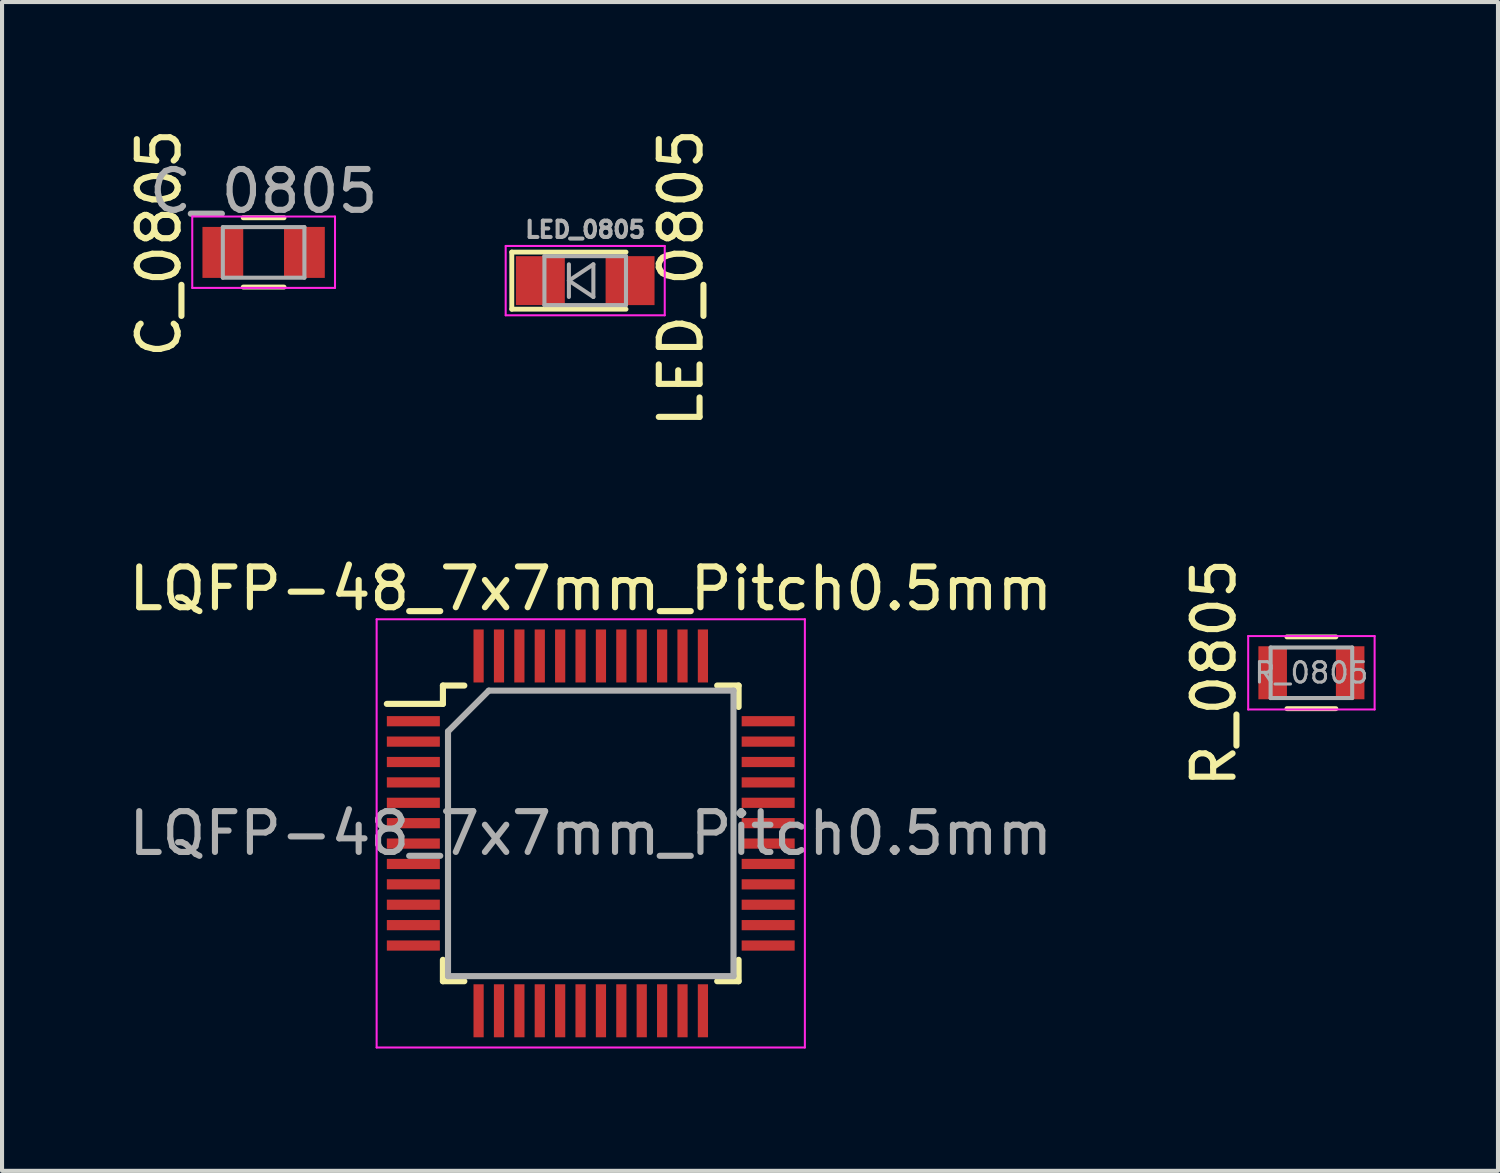
<source format=kicad_pcb>
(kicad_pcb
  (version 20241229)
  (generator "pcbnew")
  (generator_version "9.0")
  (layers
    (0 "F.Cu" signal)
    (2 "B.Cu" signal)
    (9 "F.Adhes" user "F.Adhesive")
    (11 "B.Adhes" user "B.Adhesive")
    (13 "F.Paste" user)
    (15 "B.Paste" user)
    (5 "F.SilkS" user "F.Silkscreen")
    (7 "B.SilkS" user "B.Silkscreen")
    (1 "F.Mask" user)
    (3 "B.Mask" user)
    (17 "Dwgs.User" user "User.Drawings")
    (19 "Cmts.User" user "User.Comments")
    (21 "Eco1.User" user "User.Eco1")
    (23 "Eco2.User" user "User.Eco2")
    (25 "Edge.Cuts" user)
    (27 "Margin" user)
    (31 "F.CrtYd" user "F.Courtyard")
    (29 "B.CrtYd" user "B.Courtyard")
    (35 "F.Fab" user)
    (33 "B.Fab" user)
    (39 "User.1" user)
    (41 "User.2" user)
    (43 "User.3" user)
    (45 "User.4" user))
  (footprint "R_0805"
    (layer "F.Cu")
    (at 29.105 13.446)
    (property "Reference" "R_0805" (at -2.388 0 270) (layer "F.SilkS") (effects (font (size 1 1) (thickness 0.15))))
    (attr smd)
    (fp_line (start -0.6 -0.88) (end 0.6 -0.88) (stroke (width 0.12) (type solid)) (layer "F.SilkS"))
    (fp_line (start 0.6 0.88) (end -0.6 0.88) (stroke (width 0.12) (type solid)) (layer "F.SilkS"))
    (fp_line (start -1.55 -0.9) (end -1.55 0.9) (stroke (width 0.05) (type solid)) (layer "F.CrtYd"))
    (fp_line (start -1.55 -0.9) (end 1.55 -0.9) (stroke (width 0.05) (type solid)) (layer "F.CrtYd"))
    (fp_line (start 1.55 0.9) (end -1.55 0.9) (stroke (width 0.05) (type solid)) (layer "F.CrtYd"))
    (fp_line (start 1.55 0.9) (end 1.55 -0.9) (stroke (width 0.05) (type solid)) (layer "F.CrtYd"))
    (fp_line (start -1 -0.62) (end 1 -0.62) (stroke (width 0.1) (type solid)) (layer "F.Fab"))
    (fp_line (start -1 0.62) (end -1 -0.62) (stroke (width 0.1) (type solid)) (layer "F.Fab"))
    (fp_line (start 1 -0.62) (end 1 0.62) (stroke (width 0.1) (type solid)) (layer "F.Fab"))
    (fp_line (start 1 0.62) (end -1 0.62) (stroke (width 0.1) (type solid)) (layer "F.Fab"))
    (fp_text user "${REFERENCE}" (at 0 0 180) (layer "F.Fab") (effects (font (size 0.5 0.5) (thickness 0.075))))
    (pad "1" smd rect (at -0.95 0) (size 0.7 1.3) (layers "F.Cu" "F.Mask" "F.Paste"))
    (pad "2" smd rect (at 0.95 0) (size 0.7 1.3) (layers "F.Cu" "F.Mask" "F.Paste")))
  (footprint "C_0805"
    (layer "F.Cu")
    (at 3.414 3.139)
    (property "Reference" "C_0805" (at -2.565 -0.229 270) (layer "F.SilkS") (effects (font (size 1 1) (thickness 0.15))))
    (attr smd)
    (fp_line (start -0.5 0.85) (end 0.5 0.85) (stroke (width 0.12) (type solid)) (layer "F.SilkS"))
    (fp_line (start 0.5 -0.85) (end -0.5 -0.85) (stroke (width 0.12) (type solid)) (layer "F.SilkS"))
    (fp_line (start -1.75 -0.88) (end -1.75 0.87) (stroke (width 0.05) (type solid)) (layer "F.CrtYd"))
    (fp_line (start -1.75 -0.88) (end 1.75 -0.88) (stroke (width 0.05) (type solid)) (layer "F.CrtYd"))
    (fp_line (start 1.75 0.87) (end -1.75 0.87) (stroke (width 0.05) (type solid)) (layer "F.CrtYd"))
    (fp_line (start 1.75 0.87) (end 1.75 -0.88) (stroke (width 0.05) (type solid)) (layer "F.CrtYd"))
    (fp_line (start -1 -0.62) (end 1 -0.62) (stroke (width 0.1) (type solid)) (layer "F.Fab"))
    (fp_line (start -1 0.62) (end -1 -0.62) (stroke (width 0.1) (type solid)) (layer "F.Fab"))
    (fp_line (start 1 -0.62) (end 1 0.62) (stroke (width 0.1) (type solid)) (layer "F.Fab"))
    (fp_line (start 1 0.62) (end -1 0.62) (stroke (width 0.1) (type solid)) (layer "F.Fab"))
    (fp_text user "${REFERENCE}" (at 0 -1.5 0) (layer "F.Fab") (effects (font (size 1 1) (thickness 0.15))))
    (pad "1" smd rect (at -1 0) (size 1 1.25) (layers "F.Cu" "F.Mask" "F.Paste"))
    (pad "2" smd rect (at 1 0) (size 1 1.25) (layers "F.Cu" "F.Mask" "F.Paste")))
  (footprint "LQFP-48_7x7mm_Pitch0.5mm"
    (layer "F.Cu")
    (at 11.435 17.384)
    (property "Reference" "LQFP-48_7x7mm_Pitch0.5mm" (at 0 -6 0) (layer "F.SilkS") (effects (font (size 1 1) (thickness 0.15))))
    (attr smd)
    (fp_line (start -3.625 -3.625) (end -3.625 -3.175) (stroke (width 0.15) (type solid)) (layer "F.SilkS"))
    (fp_line (start -3.625 -3.625) (end -3.1 -3.625) (stroke (width 0.15) (type solid)) (layer "F.SilkS"))
    (fp_line (start -3.625 -3.175) (end -5 -3.175) (stroke (width 0.15) (type solid)) (layer "F.SilkS"))
    (fp_line (start -3.625 3.625) (end -3.625 3.1) (stroke (width 0.15) (type solid)) (layer "F.SilkS"))
    (fp_line (start -3.625 3.625) (end -3.1 3.625) (stroke (width 0.15) (type solid)) (layer "F.SilkS"))
    (fp_line (start 3.625 -3.625) (end 3.1 -3.625) (stroke (width 0.15) (type solid)) (layer "F.SilkS"))
    (fp_line (start 3.625 -3.625) (end 3.625 -3.1) (stroke (width 0.15) (type solid)) (layer "F.SilkS"))
    (fp_line (start 3.625 3.625) (end 3.1 3.625) (stroke (width 0.15) (type solid)) (layer "F.SilkS"))
    (fp_line (start 3.625 3.625) (end 3.625 3.1) (stroke (width 0.15) (type solid)) (layer "F.SilkS"))
    (fp_line (start -5.25 -5.25) (end -5.25 5.25) (stroke (width 0.05) (type solid)) (layer "F.CrtYd"))
    (fp_line (start -5.25 -5.25) (end 5.25 -5.25) (stroke (width 0.05) (type solid)) (layer "F.CrtYd"))
    (fp_line (start -5.25 5.25) (end 5.25 5.25) (stroke (width 0.05) (type solid)) (layer "F.CrtYd"))
    (fp_line (start 5.25 -5.25) (end 5.25 5.25) (stroke (width 0.05) (type solid)) (layer "F.CrtYd"))
    (fp_line (start -3.5 -2.5) (end -2.5 -3.5) (stroke (width 0.15) (type solid)) (layer "F.Fab"))
    (fp_line (start -3.5 3.5) (end -3.5 -2.5) (stroke (width 0.15) (type solid)) (layer "F.Fab"))
    (fp_line (start -2.5 -3.5) (end 3.5 -3.5) (stroke (width 0.15) (type solid)) (layer "F.Fab"))
    (fp_line (start 3.5 -3.5) (end 3.5 3.5) (stroke (width 0.15) (type solid)) (layer "F.Fab"))
    (fp_line (start 3.5 3.5) (end -3.5 3.5) (stroke (width 0.15) (type solid)) (layer "F.Fab"))
    (fp_text user "${REFERENCE}" (at 0 0 0) (layer "F.Fab") (effects (font (size 1 1) (thickness 0.15))))
    (pad "1" smd rect (at -4.35 -2.75) (size 1.3 0.25) (layers "F.Cu" "F.Mask" "F.Paste"))
    (pad "2" smd rect (at -4.35 -2.25) (size 1.3 0.25) (layers "F.Cu" "F.Mask" "F.Paste"))
    (pad "3" smd rect (at -4.35 -1.75) (size 1.3 0.25) (layers "F.Cu" "F.Mask" "F.Paste"))
    (pad "4" smd rect (at -4.35 -1.25) (size 1.3 0.25) (layers "F.Cu" "F.Mask" "F.Paste"))
    (pad "5" smd rect (at -4.35 -0.75) (size 1.3 0.25) (layers "F.Cu" "F.Mask" "F.Paste"))
    (pad "6" smd rect (at -4.35 -0.25) (size 1.3 0.25) (layers "F.Cu" "F.Mask" "F.Paste"))
    (pad "7" smd rect (at -4.35 0.25) (size 1.3 0.25) (layers "F.Cu" "F.Mask" "F.Paste"))
    (pad "8" smd rect (at -4.35 0.75) (size 1.3 0.25) (layers "F.Cu" "F.Mask" "F.Paste"))
    (pad "9" smd rect (at -4.35 1.25) (size 1.3 0.25) (layers "F.Cu" "F.Mask" "F.Paste"))
    (pad "10" smd rect (at -4.35 1.75) (size 1.3 0.25) (layers "F.Cu" "F.Mask" "F.Paste"))
    (pad "11" smd rect (at -4.35 2.25) (size 1.3 0.25) (layers "F.Cu" "F.Mask" "F.Paste"))
    (pad "12" smd rect (at -4.35 2.75) (size 1.3 0.25) (layers "F.Cu" "F.Mask" "F.Paste"))
    (pad "13" smd rect (at -2.75 4.35 90) (size 1.3 0.25) (layers "F.Cu" "F.Mask" "F.Paste"))
    (pad "14" smd rect (at -2.25 4.35 90) (size 1.3 0.25) (layers "F.Cu" "F.Mask" "F.Paste"))
    (pad "15" smd rect (at -1.75 4.35 90) (size 1.3 0.25) (layers "F.Cu" "F.Mask" "F.Paste"))
    (pad "16" smd rect (at -1.25 4.35 90) (size 1.3 0.25) (layers "F.Cu" "F.Mask" "F.Paste"))
    (pad "17" smd rect (at -0.75 4.35 90) (size 1.3 0.25) (layers "F.Cu" "F.Mask" "F.Paste"))
    (pad "18" smd rect (at -0.25 4.35 90) (size 1.3 0.25) (layers "F.Cu" "F.Mask" "F.Paste"))
    (pad "19" smd rect (at 0.25 4.35 90) (size 1.3 0.25) (layers "F.Cu" "F.Mask" "F.Paste"))
    (pad "20" smd rect (at 0.75 4.35 90) (size 1.3 0.25) (layers "F.Cu" "F.Mask" "F.Paste"))
    (pad "21" smd rect (at 1.25 4.35 90) (size 1.3 0.25) (layers "F.Cu" "F.Mask" "F.Paste"))
    (pad "22" smd rect (at 1.75 4.35 90) (size 1.3 0.25) (layers "F.Cu" "F.Mask" "F.Paste"))
    (pad "23" smd rect (at 2.25 4.35 90) (size 1.3 0.25) (layers "F.Cu" "F.Mask" "F.Paste"))
    (pad "24" smd rect (at 2.75 4.35 90) (size 1.3 0.25) (layers "F.Cu" "F.Mask" "F.Paste"))
    (pad "25" smd rect (at 4.35 2.75) (size 1.3 0.25) (layers "F.Cu" "F.Mask" "F.Paste"))
    (pad "26" smd rect (at 4.35 2.25) (size 1.3 0.25) (layers "F.Cu" "F.Mask" "F.Paste"))
    (pad "27" smd rect (at 4.35 1.75) (size 1.3 0.25) (layers "F.Cu" "F.Mask" "F.Paste"))
    (pad "28" smd rect (at 4.35 1.25) (size 1.3 0.25) (layers "F.Cu" "F.Mask" "F.Paste"))
    (pad "29" smd rect (at 4.35 0.75) (size 1.3 0.25) (layers "F.Cu" "F.Mask" "F.Paste"))
    (pad "30" smd rect (at 4.35 0.25) (size 1.3 0.25) (layers "F.Cu" "F.Mask" "F.Paste"))
    (pad "31" smd rect (at 4.35 -0.25) (size 1.3 0.25) (layers "F.Cu" "F.Mask" "F.Paste"))
    (pad "32" smd rect (at 4.35 -0.75) (size 1.3 0.25) (layers "F.Cu" "F.Mask" "F.Paste"))
    (pad "33" smd rect (at 4.35 -1.25) (size 1.3 0.25) (layers "F.Cu" "F.Mask" "F.Paste"))
    (pad "34" smd rect (at 4.35 -1.75) (size 1.3 0.25) (layers "F.Cu" "F.Mask" "F.Paste"))
    (pad "35" smd rect (at 4.35 -2.25) (size 1.3 0.25) (layers "F.Cu" "F.Mask" "F.Paste"))
    (pad "36" smd rect (at 4.35 -2.75) (size 1.3 0.25) (layers "F.Cu" "F.Mask" "F.Paste"))
    (pad "37" smd rect (at 2.75 -4.35 90) (size 1.3 0.25) (layers "F.Cu" "F.Mask" "F.Paste"))
    (pad "38" smd rect (at 2.25 -4.35 90) (size 1.3 0.25) (layers "F.Cu" "F.Mask" "F.Paste"))
    (pad "39" smd rect (at 1.75 -4.35 90) (size 1.3 0.25) (layers "F.Cu" "F.Mask" "F.Paste"))
    (pad "40" smd rect (at 1.25 -4.35 90) (size 1.3 0.25) (layers "F.Cu" "F.Mask" "F.Paste"))
    (pad "41" smd rect (at 0.75 -4.35 90) (size 1.3 0.25) (layers "F.Cu" "F.Mask" "F.Paste"))
    (pad "42" smd rect (at 0.25 -4.35 90) (size 1.3 0.25) (layers "F.Cu" "F.Mask" "F.Paste"))
    (pad "43" smd rect (at -0.25 -4.35 90) (size 1.3 0.25) (layers "F.Cu" "F.Mask" "F.Paste"))
    (pad "44" smd rect (at -0.75 -4.35 90) (size 1.3 0.25) (layers "F.Cu" "F.Mask" "F.Paste"))
    (pad "45" smd rect (at -1.25 -4.35 90) (size 1.3 0.25) (layers "F.Cu" "F.Mask" "F.Paste"))
    (pad "46" smd rect (at -1.75 -4.35 90) (size 1.3 0.25) (layers "F.Cu" "F.Mask" "F.Paste"))
    (pad "47" smd rect (at -2.25 -4.35 90) (size 1.3 0.25) (layers "F.Cu" "F.Mask" "F.Paste"))
    (pad "48" smd rect (at -2.75 -4.35 90) (size 1.3 0.25) (layers "F.Cu" "F.Mask" "F.Paste")))
  (footprint "LED_0805"
    (layer "F.Cu")
    (at 11.299 3.831)
    (property "Reference" "LED_0805" (at 2.349 -0.064 90) (layer "F.SilkS") (effects (font (size 1 1) (thickness 0.15))))
    (attr smd)
    (fp_line (start -1.8 -0.7) (end -1.8 0.7) (stroke (width 0.12) (type solid)) (layer "F.SilkS"))
    (fp_line (start -1.8 -0.7) (end 1 -0.7) (stroke (width 0.12) (type solid)) (layer "F.SilkS"))
    (fp_line (start -1.8 0.7) (end 1 0.7) (stroke (width 0.12) (type solid)) (layer "F.SilkS"))
    (fp_line (start -1.95 -0.85) (end 1.95 -0.85) (stroke (width 0.05) (type solid)) (layer "F.CrtYd"))
    (fp_line (start -1.95 0.85) (end -1.95 -0.85) (stroke (width 0.05) (type solid)) (layer "F.CrtYd"))
    (fp_line (start 1.95 -0.85) (end 1.95 0.85) (stroke (width 0.05) (type solid)) (layer "F.CrtYd"))
    (fp_line (start 1.95 0.85) (end -1.95 0.85) (stroke (width 0.05) (type solid)) (layer "F.CrtYd"))
    (fp_line (start -1 -0.6) (end 1 -0.6) (stroke (width 0.1) (type solid)) (layer "F.Fab"))
    (fp_line (start -1 0.6) (end -1 -0.6) (stroke (width 0.1) (type solid)) (layer "F.Fab"))
    (fp_line (start -0.4 -0.4) (end -0.4 0.4) (stroke (width 0.1) (type solid)) (layer "F.Fab"))
    (fp_line (start -0.4 0) (end 0.2 -0.4) (stroke (width 0.1) (type solid)) (layer "F.Fab"))
    (fp_line (start 0.2 -0.4) (end 0.2 0.4) (stroke (width 0.1) (type solid)) (layer "F.Fab"))
    (fp_line (start 0.2 0.4) (end -0.4 0) (stroke (width 0.1) (type solid)) (layer "F.Fab"))
    (fp_line (start 1 -0.6) (end 1 0.6) (stroke (width 0.1) (type solid)) (layer "F.Fab"))
    (fp_line (start 1 0.6) (end -1 0.6) (stroke (width 0.1) (type solid)) (layer "F.Fab"))
    (fp_text user "${REFERENCE}" (at 0 -1.25 0) (layer "F.Fab") (effects (font (size 0.4 0.4) (thickness 0.1))))
    (pad "1" smd rect (at -1.1 0 180) (size 1.2 1.2) (layers "F.Cu" "F.Mask" "F.Paste"))
    (pad "2" smd rect (at 1.1 0 180) (size 1.2 1.2) (layers "F.Cu" "F.Mask" "F.Paste")))
  (gr_rect
    (start -3 -3)
    (end 33.68 25.659)
    (stroke (width 0.1) (type default))
    (fill no)
    (layer "Edge.Cuts")))
</source>
